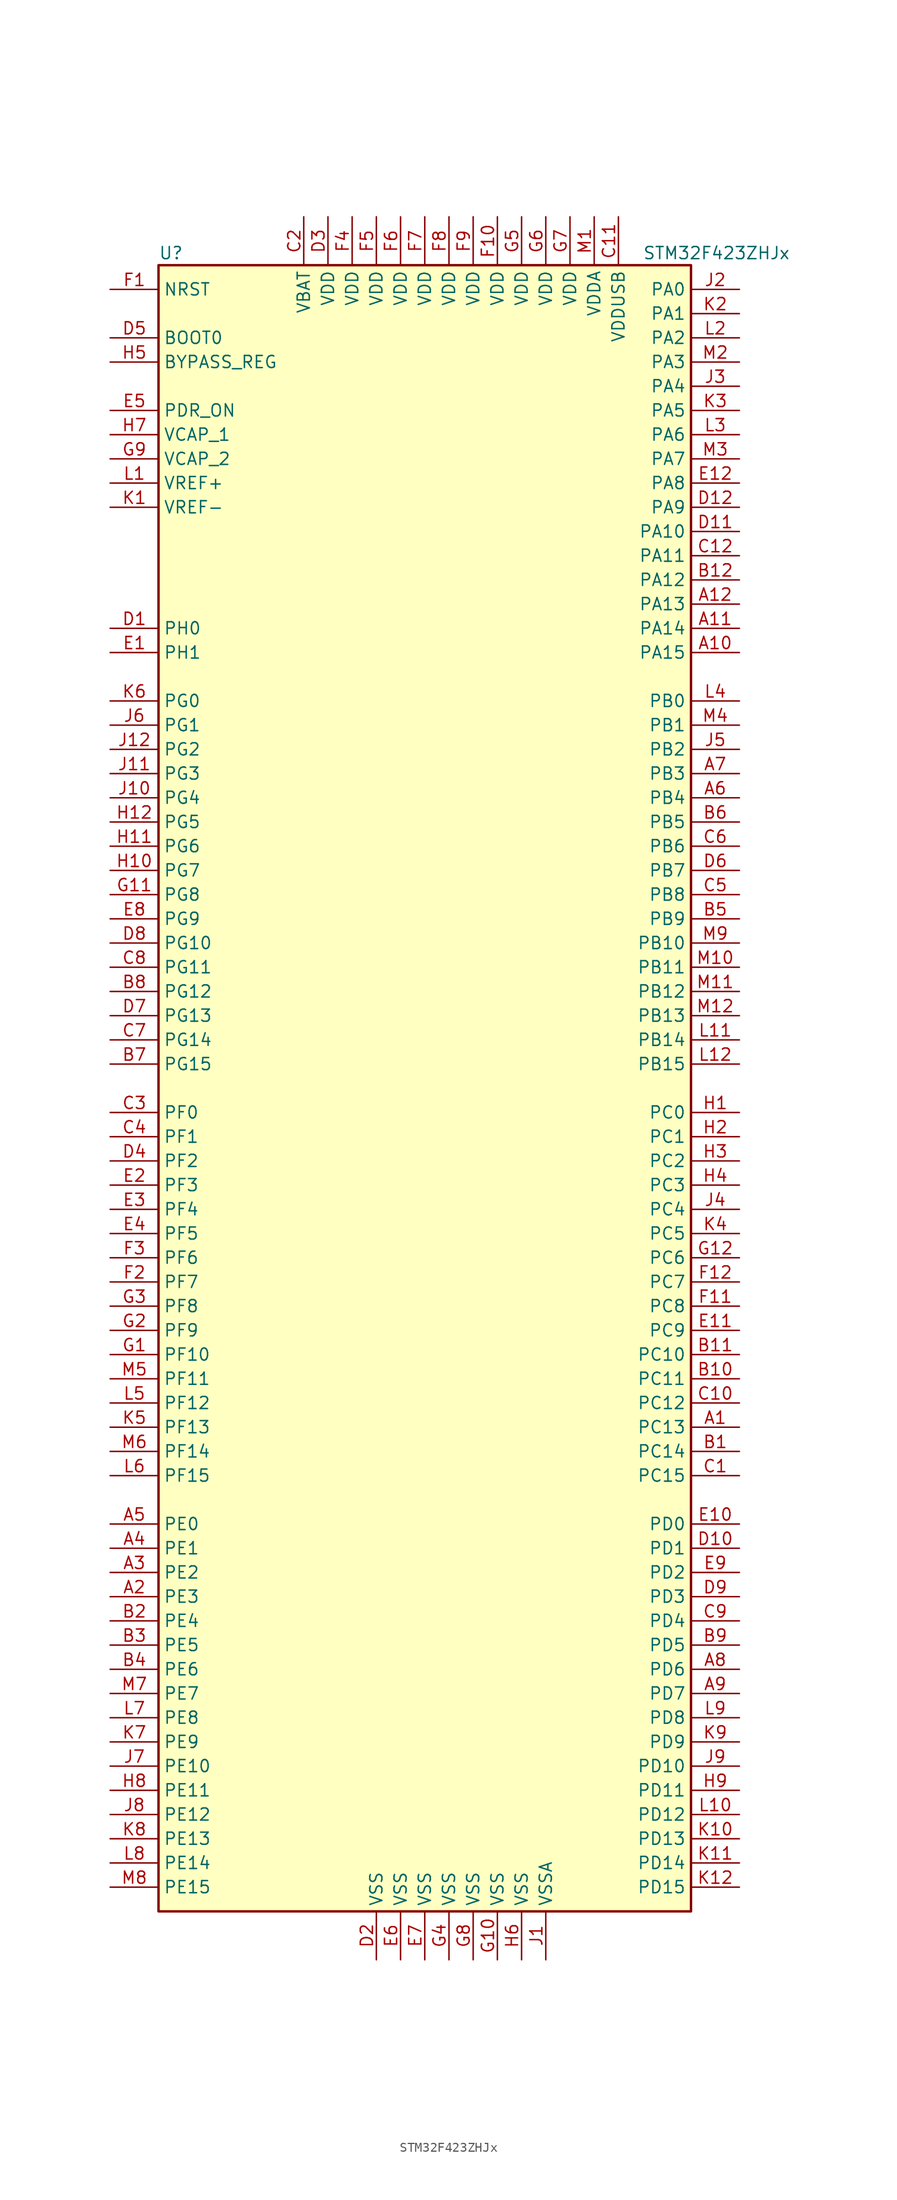
<source format=kicad_sym>
(kicad_symbol_lib
  (version 20201005)
  (generator kicad_symbol_editor)
  (symbol "STM32F423ZHJx"
    (property "Reference" "U"
      (at -27.94 87.63 0)
      (effects (font (size 1.27 1.27)) (justify left)))
    (property "Value" "STM32F423ZHJx"
      (at 22.86 87.63 0)
      (effects (font (size 1.27 1.27)) (justify left)))
    (symbol "STM32F423ZHJx_0_1"
      (rectangle (start -27.94 -86.36) (end 27.94 86.36) (stroke (width 0.254)) (fill (type background))))
    (symbol "STM32F423ZHJx_1_1"
      (pin bidirectional line (at 33.02 -35.56 180) (length 5.08) (name "PC13" (effects (font (size 1.27 1.27)))) (number "A1" (effects (font (size 1.27 1.27)))))
      (pin bidirectional line (at 33.02 45.72 180) (length 5.08) (name "PA15" (effects (font (size 1.27 1.27)))) (number "A10" (effects (font (size 1.27 1.27)))))
      (pin bidirectional line (at 33.02 48.26 180) (length 5.08) (name "PA14" (effects (font (size 1.27 1.27)))) (number "A11" (effects (font (size 1.27 1.27)))))
      (pin bidirectional line (at 33.02 50.8 180) (length 5.08) (name "PA13" (effects (font (size 1.27 1.27)))) (number "A12" (effects (font (size 1.27 1.27)))))
      (pin bidirectional line (at -33.02 -53.34 0) (length 5.08) (name "PE3" (effects (font (size 1.27 1.27)))) (number "A2" (effects (font (size 1.27 1.27)))))
      (pin bidirectional line (at -33.02 -50.8 0) (length 5.08) (name "PE2" (effects (font (size 1.27 1.27)))) (number "A3" (effects (font (size 1.27 1.27)))))
      (pin bidirectional line (at -33.02 -48.26 0) (length 5.08) (name "PE1" (effects (font (size 1.27 1.27)))) (number "A4" (effects (font (size 1.27 1.27)))))
      (pin bidirectional line (at -33.02 -45.72 0) (length 5.08) (name "PE0" (effects (font (size 1.27 1.27)))) (number "A5" (effects (font (size 1.27 1.27)))))
      (pin bidirectional line (at 33.02 30.48 180) (length 5.08) (name "PB4" (effects (font (size 1.27 1.27)))) (number "A6" (effects (font (size 1.27 1.27)))))
      (pin bidirectional line (at 33.02 33.02 180) (length 5.08) (name "PB3" (effects (font (size 1.27 1.27)))) (number "A7" (effects (font (size 1.27 1.27)))))
      (pin bidirectional line (at 33.02 -60.96 180) (length 5.08) (name "PD6" (effects (font (size 1.27 1.27)))) (number "A8" (effects (font (size 1.27 1.27)))))
      (pin bidirectional line (at 33.02 -63.5 180) (length 5.08) (name "PD7" (effects (font (size 1.27 1.27)))) (number "A9" (effects (font (size 1.27 1.27)))))
      (pin bidirectional line (at 33.02 -38.1 180) (length 5.08) (name "PC14" (effects (font (size 1.27 1.27)))) (number "B1" (effects (font (size 1.27 1.27)))))
      (pin bidirectional line (at 33.02 -30.48 180) (length 5.08) (name "PC11" (effects (font (size 1.27 1.27)))) (number "B10" (effects (font (size 1.27 1.27)))))
      (pin bidirectional line (at 33.02 -27.94 180) (length 5.08) (name "PC10" (effects (font (size 1.27 1.27)))) (number "B11" (effects (font (size 1.27 1.27)))))
      (pin bidirectional line (at 33.02 53.34 180) (length 5.08) (name "PA12" (effects (font (size 1.27 1.27)))) (number "B12" (effects (font (size 1.27 1.27)))))
      (pin bidirectional line (at -33.02 -55.88 0) (length 5.08) (name "PE4" (effects (font (size 1.27 1.27)))) (number "B2" (effects (font (size 1.27 1.27)))))
      (pin bidirectional line (at -33.02 -58.42 0) (length 5.08) (name "PE5" (effects (font (size 1.27 1.27)))) (number "B3" (effects (font (size 1.27 1.27)))))
      (pin bidirectional line (at -33.02 -60.96 0) (length 5.08) (name "PE6" (effects (font (size 1.27 1.27)))) (number "B4" (effects (font (size 1.27 1.27)))))
      (pin bidirectional line (at 33.02 17.78 180) (length 5.08) (name "PB9" (effects (font (size 1.27 1.27)))) (number "B5" (effects (font (size 1.27 1.27)))))
      (pin bidirectional line (at 33.02 27.94 180) (length 5.08) (name "PB5" (effects (font (size 1.27 1.27)))) (number "B6" (effects (font (size 1.27 1.27)))))
      (pin bidirectional line (at -33.02 2.54 0) (length 5.08) (name "PG15" (effects (font (size 1.27 1.27)))) (number "B7" (effects (font (size 1.27 1.27)))))
      (pin bidirectional line (at -33.02 10.16 0) (length 5.08) (name "PG12" (effects (font (size 1.27 1.27)))) (number "B8" (effects (font (size 1.27 1.27)))))
      (pin bidirectional line (at 33.02 -58.42 180) (length 5.08) (name "PD5" (effects (font (size 1.27 1.27)))) (number "B9" (effects (font (size 1.27 1.27)))))
      (pin bidirectional line (at 33.02 -40.64 180) (length 5.08) (name "PC15" (effects (font (size 1.27 1.27)))) (number "C1" (effects (font (size 1.27 1.27)))))
      (pin bidirectional line (at 33.02 -33.02 180) (length 5.08) (name "PC12" (effects (font (size 1.27 1.27)))) (number "C10" (effects (font (size 1.27 1.27)))))
      (pin power_in line (at 20.32 91.44 270) (length 5.08) (name "VDDUSB" (effects (font (size 1.27 1.27)))) (number "C11" (effects (font (size 1.27 1.27)))))
      (pin bidirectional line (at 33.02 55.88 180) (length 5.08) (name "PA11" (effects (font (size 1.27 1.27)))) (number "C12" (effects (font (size 1.27 1.27)))))
      (pin power_in line (at -12.7 91.44 270) (length 5.08) (name "VBAT" (effects (font (size 1.27 1.27)))) (number "C2" (effects (font (size 1.27 1.27)))))
      (pin bidirectional line (at -33.02 -2.54 0) (length 5.08) (name "PF0" (effects (font (size 1.27 1.27)))) (number "C3" (effects (font (size 1.27 1.27)))))
      (pin bidirectional line (at -33.02 -5.08 0) (length 5.08) (name "PF1" (effects (font (size 1.27 1.27)))) (number "C4" (effects (font (size 1.27 1.27)))))
      (pin bidirectional line (at 33.02 20.32 180) (length 5.08) (name "PB8" (effects (font (size 1.27 1.27)))) (number "C5" (effects (font (size 1.27 1.27)))))
      (pin bidirectional line (at 33.02 25.4 180) (length 5.08) (name "PB6" (effects (font (size 1.27 1.27)))) (number "C6" (effects (font (size 1.27 1.27)))))
      (pin bidirectional line (at -33.02 5.08 0) (length 5.08) (name "PG14" (effects (font (size 1.27 1.27)))) (number "C7" (effects (font (size 1.27 1.27)))))
      (pin bidirectional line (at -33.02 12.7 0) (length 5.08) (name "PG11" (effects (font (size 1.27 1.27)))) (number "C8" (effects (font (size 1.27 1.27)))))
      (pin bidirectional line (at 33.02 -55.88 180) (length 5.08) (name "PD4" (effects (font (size 1.27 1.27)))) (number "C9" (effects (font (size 1.27 1.27)))))
      (pin input line (at -33.02 48.26 0) (length 5.08) (name "PH0" (effects (font (size 1.27 1.27)))) (number "D1" (effects (font (size 1.27 1.27)))))
      (pin bidirectional line (at 33.02 -48.26 180) (length 5.08) (name "PD1" (effects (font (size 1.27 1.27)))) (number "D10" (effects (font (size 1.27 1.27)))))
      (pin bidirectional line (at 33.02 58.42 180) (length 5.08) (name "PA10" (effects (font (size 1.27 1.27)))) (number "D11" (effects (font (size 1.27 1.27)))))
      (pin bidirectional line (at 33.02 60.96 180) (length 5.08) (name "PA9" (effects (font (size 1.27 1.27)))) (number "D12" (effects (font (size 1.27 1.27)))))
      (pin power_in line (at -5.08 -91.44 90) (length 5.08) (name "VSS" (effects (font (size 1.27 1.27)))) (number "D2" (effects (font (size 1.27 1.27)))))
      (pin power_in line (at -10.16 91.44 270) (length 5.08) (name "VDD" (effects (font (size 1.27 1.27)))) (number "D3" (effects (font (size 1.27 1.27)))))
      (pin bidirectional line (at -33.02 -7.62 0) (length 5.08) (name "PF2" (effects (font (size 1.27 1.27)))) (number "D4" (effects (font (size 1.27 1.27)))))
      (pin input line (at -33.02 78.74 0) (length 5.08) (name "BOOT0" (effects (font (size 1.27 1.27)))) (number "D5" (effects (font (size 1.27 1.27)))))
      (pin bidirectional line (at 33.02 22.86 180) (length 5.08) (name "PB7" (effects (font (size 1.27 1.27)))) (number "D6" (effects (font (size 1.27 1.27)))))
      (pin bidirectional line (at -33.02 7.62 0) (length 5.08) (name "PG13" (effects (font (size 1.27 1.27)))) (number "D7" (effects (font (size 1.27 1.27)))))
      (pin bidirectional line (at -33.02 15.24 0) (length 5.08) (name "PG10" (effects (font (size 1.27 1.27)))) (number "D8" (effects (font (size 1.27 1.27)))))
      (pin bidirectional line (at 33.02 -53.34 180) (length 5.08) (name "PD3" (effects (font (size 1.27 1.27)))) (number "D9" (effects (font (size 1.27 1.27)))))
      (pin input line (at -33.02 45.72 0) (length 5.08) (name "PH1" (effects (font (size 1.27 1.27)))) (number "E1" (effects (font (size 1.27 1.27)))))
      (pin bidirectional line (at 33.02 -45.72 180) (length 5.08) (name "PD0" (effects (font (size 1.27 1.27)))) (number "E10" (effects (font (size 1.27 1.27)))))
      (pin bidirectional line (at 33.02 -25.4 180) (length 5.08) (name "PC9" (effects (font (size 1.27 1.27)))) (number "E11" (effects (font (size 1.27 1.27)))))
      (pin bidirectional line (at 33.02 63.5 180) (length 5.08) (name "PA8" (effects (font (size 1.27 1.27)))) (number "E12" (effects (font (size 1.27 1.27)))))
      (pin bidirectional line (at -33.02 -10.16 0) (length 5.08) (name "PF3" (effects (font (size 1.27 1.27)))) (number "E2" (effects (font (size 1.27 1.27)))))
      (pin bidirectional line (at -33.02 -12.7 0) (length 5.08) (name "PF4" (effects (font (size 1.27 1.27)))) (number "E3" (effects (font (size 1.27 1.27)))))
      (pin bidirectional line (at -33.02 -15.24 0) (length 5.08) (name "PF5" (effects (font (size 1.27 1.27)))) (number "E4" (effects (font (size 1.27 1.27)))))
      (pin power_in line (at -33.02 71.12 0) (length 5.08) (name "PDR_ON" (effects (font (size 1.27 1.27)))) (number "E5" (effects (font (size 1.27 1.27)))))
      (pin power_in line (at -2.54 -91.44 90) (length 5.08) (name "VSS" (effects (font (size 1.27 1.27)))) (number "E6" (effects (font (size 1.27 1.27)))))
      (pin power_in line (at 0 -91.44 90) (length 5.08) (name "VSS" (effects (font (size 1.27 1.27)))) (number "E7" (effects (font (size 1.27 1.27)))))
      (pin bidirectional line (at -33.02 17.78 0) (length 5.08) (name "PG9" (effects (font (size 1.27 1.27)))) (number "E8" (effects (font (size 1.27 1.27)))))
      (pin bidirectional line (at 33.02 -50.8 180) (length 5.08) (name "PD2" (effects (font (size 1.27 1.27)))) (number "E9" (effects (font (size 1.27 1.27)))))
      (pin input line (at -33.02 83.82 0) (length 5.08) (name "NRST" (effects (font (size 1.27 1.27)))) (number "F1" (effects (font (size 1.27 1.27)))))
      (pin power_in line (at 7.62 91.44 270) (length 5.08) (name "VDD" (effects (font (size 1.27 1.27)))) (number "F10" (effects (font (size 1.27 1.27)))))
      (pin bidirectional line (at 33.02 -22.86 180) (length 5.08) (name "PC8" (effects (font (size 1.27 1.27)))) (number "F11" (effects (font (size 1.27 1.27)))))
      (pin bidirectional line (at 33.02 -20.32 180) (length 5.08) (name "PC7" (effects (font (size 1.27 1.27)))) (number "F12" (effects (font (size 1.27 1.27)))))
      (pin bidirectional line (at -33.02 -20.32 0) (length 5.08) (name "PF7" (effects (font (size 1.27 1.27)))) (number "F2" (effects (font (size 1.27 1.27)))))
      (pin bidirectional line (at -33.02 -17.78 0) (length 5.08) (name "PF6" (effects (font (size 1.27 1.27)))) (number "F3" (effects (font (size 1.27 1.27)))))
      (pin power_in line (at -7.62 91.44 270) (length 5.08) (name "VDD" (effects (font (size 1.27 1.27)))) (number "F4" (effects (font (size 1.27 1.27)))))
      (pin power_in line (at -5.08 91.44 270) (length 5.08) (name "VDD" (effects (font (size 1.27 1.27)))) (number "F5" (effects (font (size 1.27 1.27)))))
      (pin power_in line (at -2.54 91.44 270) (length 5.08) (name "VDD" (effects (font (size 1.27 1.27)))) (number "F6" (effects (font (size 1.27 1.27)))))
      (pin power_in line (at 0 91.44 270) (length 5.08) (name "VDD" (effects (font (size 1.27 1.27)))) (number "F7" (effects (font (size 1.27 1.27)))))
      (pin power_in line (at 2.54 91.44 270) (length 5.08) (name "VDD" (effects (font (size 1.27 1.27)))) (number "F8" (effects (font (size 1.27 1.27)))))
      (pin power_in line (at 5.08 91.44 270) (length 5.08) (name "VDD" (effects (font (size 1.27 1.27)))) (number "F9" (effects (font (size 1.27 1.27)))))
      (pin bidirectional line (at -33.02 -27.94 0) (length 5.08) (name "PF10" (effects (font (size 1.27 1.27)))) (number "G1" (effects (font (size 1.27 1.27)))))
      (pin power_in line (at 7.62 -91.44 90) (length 5.08) (name "VSS" (effects (font (size 1.27 1.27)))) (number "G10" (effects (font (size 1.27 1.27)))))
      (pin bidirectional line (at -33.02 20.32 0) (length 5.08) (name "PG8" (effects (font (size 1.27 1.27)))) (number "G11" (effects (font (size 1.27 1.27)))))
      (pin bidirectional line (at 33.02 -17.78 180) (length 5.08) (name "PC6" (effects (font (size 1.27 1.27)))) (number "G12" (effects (font (size 1.27 1.27)))))
      (pin bidirectional line (at -33.02 -25.4 0) (length 5.08) (name "PF9" (effects (font (size 1.27 1.27)))) (number "G2" (effects (font (size 1.27 1.27)))))
      (pin bidirectional line (at -33.02 -22.86 0) (length 5.08) (name "PF8" (effects (font (size 1.27 1.27)))) (number "G3" (effects (font (size 1.27 1.27)))))
      (pin power_in line (at 2.54 -91.44 90) (length 5.08) (name "VSS" (effects (font (size 1.27 1.27)))) (number "G4" (effects (font (size 1.27 1.27)))))
      (pin power_in line (at 10.16 91.44 270) (length 5.08) (name "VDD" (effects (font (size 1.27 1.27)))) (number "G5" (effects (font (size 1.27 1.27)))))
      (pin power_in line (at 12.7 91.44 270) (length 5.08) (name "VDD" (effects (font (size 1.27 1.27)))) (number "G6" (effects (font (size 1.27 1.27)))))
      (pin power_in line (at 15.24 91.44 270) (length 5.08) (name "VDD" (effects (font (size 1.27 1.27)))) (number "G7" (effects (font (size 1.27 1.27)))))
      (pin power_in line (at 5.08 -91.44 90) (length 5.08) (name "VSS" (effects (font (size 1.27 1.27)))) (number "G8" (effects (font (size 1.27 1.27)))))
      (pin power_in line (at -33.02 66.04 0) (length 5.08) (name "VCAP_2" (effects (font (size 1.27 1.27)))) (number "G9" (effects (font (size 1.27 1.27)))))
      (pin bidirectional line (at 33.02 -2.54 180) (length 5.08) (name "PC0" (effects (font (size 1.27 1.27)))) (number "H1" (effects (font (size 1.27 1.27)))))
      (pin bidirectional line (at -33.02 22.86 0) (length 5.08) (name "PG7" (effects (font (size 1.27 1.27)))) (number "H10" (effects (font (size 1.27 1.27)))))
      (pin bidirectional line (at -33.02 25.4 0) (length 5.08) (name "PG6" (effects (font (size 1.27 1.27)))) (number "H11" (effects (font (size 1.27 1.27)))))
      (pin bidirectional line (at -33.02 27.94 0) (length 5.08) (name "PG5" (effects (font (size 1.27 1.27)))) (number "H12" (effects (font (size 1.27 1.27)))))
      (pin bidirectional line (at 33.02 -5.08 180) (length 5.08) (name "PC1" (effects (font (size 1.27 1.27)))) (number "H2" (effects (font (size 1.27 1.27)))))
      (pin bidirectional line (at 33.02 -7.62 180) (length 5.08) (name "PC2" (effects (font (size 1.27 1.27)))) (number "H3" (effects (font (size 1.27 1.27)))))
      (pin bidirectional line (at 33.02 -10.16 180) (length 5.08) (name "PC3" (effects (font (size 1.27 1.27)))) (number "H4" (effects (font (size 1.27 1.27)))))
      (pin input line (at -33.02 76.2 0) (length 5.08) (name "BYPASS_REG" (effects (font (size 1.27 1.27)))) (number "H5" (effects (font (size 1.27 1.27)))))
      (pin power_in line (at 10.16 -91.44 90) (length 5.08) (name "VSS" (effects (font (size 1.27 1.27)))) (number "H6" (effects (font (size 1.27 1.27)))))
      (pin power_in line (at -33.02 68.58 0) (length 5.08) (name "VCAP_1" (effects (font (size 1.27 1.27)))) (number "H7" (effects (font (size 1.27 1.27)))))
      (pin bidirectional line (at -33.02 -73.66 0) (length 5.08) (name "PE11" (effects (font (size 1.27 1.27)))) (number "H8" (effects (font (size 1.27 1.27)))))
      (pin bidirectional line (at 33.02 -73.66 180) (length 5.08) (name "PD11" (effects (font (size 1.27 1.27)))) (number "H9" (effects (font (size 1.27 1.27)))))
      (pin power_in line (at 12.7 -91.44 90) (length 5.08) (name "VSSA" (effects (font (size 1.27 1.27)))) (number "J1" (effects (font (size 1.27 1.27)))))
      (pin bidirectional line (at -33.02 30.48 0) (length 5.08) (name "PG4" (effects (font (size 1.27 1.27)))) (number "J10" (effects (font (size 1.27 1.27)))))
      (pin bidirectional line (at -33.02 33.02 0) (length 5.08) (name "PG3" (effects (font (size 1.27 1.27)))) (number "J11" (effects (font (size 1.27 1.27)))))
      (pin bidirectional line (at -33.02 35.56 0) (length 5.08) (name "PG2" (effects (font (size 1.27 1.27)))) (number "J12" (effects (font (size 1.27 1.27)))))
      (pin bidirectional line (at 33.02 83.82 180) (length 5.08) (name "PA0" (effects (font (size 1.27 1.27)))) (number "J2" (effects (font (size 1.27 1.27)))))
      (pin bidirectional line (at 33.02 73.66 180) (length 5.08) (name "PA4" (effects (font (size 1.27 1.27)))) (number "J3" (effects (font (size 1.27 1.27)))))
      (pin bidirectional line (at 33.02 -12.7 180) (length 5.08) (name "PC4" (effects (font (size 1.27 1.27)))) (number "J4" (effects (font (size 1.27 1.27)))))
      (pin bidirectional line (at 33.02 35.56 180) (length 5.08) (name "PB2" (effects (font (size 1.27 1.27)))) (number "J5" (effects (font (size 1.27 1.27)))))
      (pin bidirectional line (at -33.02 38.1 0) (length 5.08) (name "PG1" (effects (font (size 1.27 1.27)))) (number "J6" (effects (font (size 1.27 1.27)))))
      (pin bidirectional line (at -33.02 -71.12 0) (length 5.08) (name "PE10" (effects (font (size 1.27 1.27)))) (number "J7" (effects (font (size 1.27 1.27)))))
      (pin bidirectional line (at -33.02 -76.2 0) (length 5.08) (name "PE12" (effects (font (size 1.27 1.27)))) (number "J8" (effects (font (size 1.27 1.27)))))
      (pin bidirectional line (at 33.02 -71.12 180) (length 5.08) (name "PD10" (effects (font (size 1.27 1.27)))) (number "J9" (effects (font (size 1.27 1.27)))))
      (pin power_in line (at -33.02 60.96 0) (length 5.08) (name "VREF-" (effects (font (size 1.27 1.27)))) (number "K1" (effects (font (size 1.27 1.27)))))
      (pin bidirectional line (at 33.02 -78.74 180) (length 5.08) (name "PD13" (effects (font (size 1.27 1.27)))) (number "K10" (effects (font (size 1.27 1.27)))))
      (pin bidirectional line (at 33.02 -81.28 180) (length 5.08) (name "PD14" (effects (font (size 1.27 1.27)))) (number "K11" (effects (font (size 1.27 1.27)))))
      (pin bidirectional line (at 33.02 -83.82 180) (length 5.08) (name "PD15" (effects (font (size 1.27 1.27)))) (number "K12" (effects (font (size 1.27 1.27)))))
      (pin bidirectional line (at 33.02 81.28 180) (length 5.08) (name "PA1" (effects (font (size 1.27 1.27)))) (number "K2" (effects (font (size 1.27 1.27)))))
      (pin bidirectional line (at 33.02 71.12 180) (length 5.08) (name "PA5" (effects (font (size 1.27 1.27)))) (number "K3" (effects (font (size 1.27 1.27)))))
      (pin bidirectional line (at 33.02 -15.24 180) (length 5.08) (name "PC5" (effects (font (size 1.27 1.27)))) (number "K4" (effects (font (size 1.27 1.27)))))
      (pin bidirectional line (at -33.02 -35.56 0) (length 5.08) (name "PF13" (effects (font (size 1.27 1.27)))) (number "K5" (effects (font (size 1.27 1.27)))))
      (pin bidirectional line (at -33.02 40.64 0) (length 5.08) (name "PG0" (effects (font (size 1.27 1.27)))) (number "K6" (effects (font (size 1.27 1.27)))))
      (pin bidirectional line (at -33.02 -68.58 0) (length 5.08) (name "PE9" (effects (font (size 1.27 1.27)))) (number "K7" (effects (font (size 1.27 1.27)))))
      (pin bidirectional line (at -33.02 -78.74 0) (length 5.08) (name "PE13" (effects (font (size 1.27 1.27)))) (number "K8" (effects (font (size 1.27 1.27)))))
      (pin bidirectional line (at 33.02 -68.58 180) (length 5.08) (name "PD9" (effects (font (size 1.27 1.27)))) (number "K9" (effects (font (size 1.27 1.27)))))
      (pin power_in line (at -33.02 63.5 0) (length 5.08) (name "VREF+" (effects (font (size 1.27 1.27)))) (number "L1" (effects (font (size 1.27 1.27)))))
      (pin bidirectional line (at 33.02 -76.2 180) (length 5.08) (name "PD12" (effects (font (size 1.27 1.27)))) (number "L10" (effects (font (size 1.27 1.27)))))
      (pin bidirectional line (at 33.02 5.08 180) (length 5.08) (name "PB14" (effects (font (size 1.27 1.27)))) (number "L11" (effects (font (size 1.27 1.27)))))
      (pin bidirectional line (at 33.02 2.54 180) (length 5.08) (name "PB15" (effects (font (size 1.27 1.27)))) (number "L12" (effects (font (size 1.27 1.27)))))
      (pin bidirectional line (at 33.02 78.74 180) (length 5.08) (name "PA2" (effects (font (size 1.27 1.27)))) (number "L2" (effects (font (size 1.27 1.27)))))
      (pin bidirectional line (at 33.02 68.58 180) (length 5.08) (name "PA6" (effects (font (size 1.27 1.27)))) (number "L3" (effects (font (size 1.27 1.27)))))
      (pin bidirectional line (at 33.02 40.64 180) (length 5.08) (name "PB0" (effects (font (size 1.27 1.27)))) (number "L4" (effects (font (size 1.27 1.27)))))
      (pin bidirectional line (at -33.02 -33.02 0) (length 5.08) (name "PF12" (effects (font (size 1.27 1.27)))) (number "L5" (effects (font (size 1.27 1.27)))))
      (pin bidirectional line (at -33.02 -40.64 0) (length 5.08) (name "PF15" (effects (font (size 1.27 1.27)))) (number "L6" (effects (font (size 1.27 1.27)))))
      (pin bidirectional line (at -33.02 -66.04 0) (length 5.08) (name "PE8" (effects (font (size 1.27 1.27)))) (number "L7" (effects (font (size 1.27 1.27)))))
      (pin bidirectional line (at -33.02 -81.28 0) (length 5.08) (name "PE14" (effects (font (size 1.27 1.27)))) (number "L8" (effects (font (size 1.27 1.27)))))
      (pin bidirectional line (at 33.02 -66.04 180) (length 5.08) (name "PD8" (effects (font (size 1.27 1.27)))) (number "L9" (effects (font (size 1.27 1.27)))))
      (pin power_in line (at 17.78 91.44 270) (length 5.08) (name "VDDA" (effects (font (size 1.27 1.27)))) (number "M1" (effects (font (size 1.27 1.27)))))
      (pin bidirectional line (at 33.02 12.7 180) (length 5.08) (name "PB11" (effects (font (size 1.27 1.27)))) (number "M10" (effects (font (size 1.27 1.27)))))
      (pin bidirectional line (at 33.02 10.16 180) (length 5.08) (name "PB12" (effects (font (size 1.27 1.27)))) (number "M11" (effects (font (size 1.27 1.27)))))
      (pin bidirectional line (at 33.02 7.62 180) (length 5.08) (name "PB13" (effects (font (size 1.27 1.27)))) (number "M12" (effects (font (size 1.27 1.27)))))
      (pin bidirectional line (at 33.02 76.2 180) (length 5.08) (name "PA3" (effects (font (size 1.27 1.27)))) (number "M2" (effects (font (size 1.27 1.27)))))
      (pin bidirectional line (at 33.02 66.04 180) (length 5.08) (name "PA7" (effects (font (size 1.27 1.27)))) (number "M3" (effects (font (size 1.27 1.27)))))
      (pin bidirectional line (at 33.02 38.1 180) (length 5.08) (name "PB1" (effects (font (size 1.27 1.27)))) (number "M4" (effects (font (size 1.27 1.27)))))
      (pin bidirectional line (at -33.02 -30.48 0) (length 5.08) (name "PF11" (effects (font (size 1.27 1.27)))) (number "M5" (effects (font (size 1.27 1.27)))))
      (pin bidirectional line (at -33.02 -38.1 0) (length 5.08) (name "PF14" (effects (font (size 1.27 1.27)))) (number "M6" (effects (font (size 1.27 1.27)))))
      (pin bidirectional line (at -33.02 -63.5 0) (length 5.08) (name "PE7" (effects (font (size 1.27 1.27)))) (number "M7" (effects (font (size 1.27 1.27)))))
      (pin bidirectional line (at -33.02 -83.82 0) (length 5.08) (name "PE15" (effects (font (size 1.27 1.27)))) (number "M8" (effects (font (size 1.27 1.27)))))
      (pin bidirectional line (at 33.02 15.24 180) (length 5.08) (name "PB10" (effects (font (size 1.27 1.27)))) (number "M9" (effects (font (size 1.27 1.27))))))))
</source>
